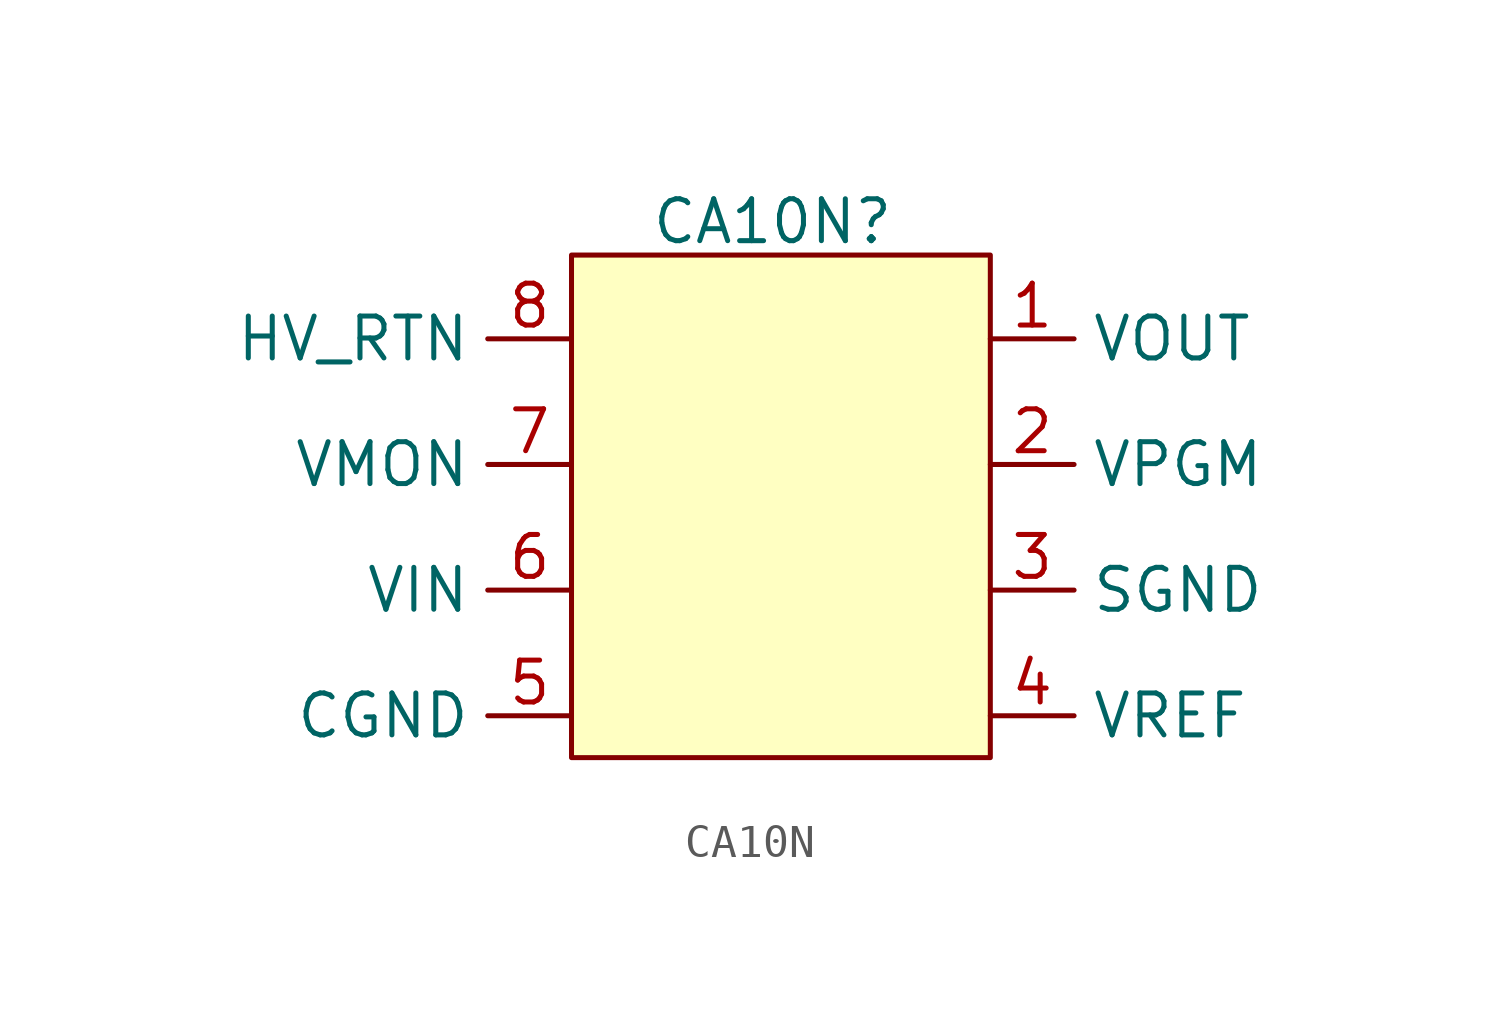
<source format=kicad_sym>
(kicad_symbol_lib
  (version 20241209)
  (generator "kicad_symbol_editor")
  (generator_version "9.0")
  (symbol "CA10N"
    (property "Reference" "CA10N"
      (at -0.254 8.636 0)
      (effects (font (size 1.27 1.27))))
    (property "Value" ""
      (at 0 0 0)
      (effects (font (size 1.27 1.27))))
    (symbol "CA10N_0_1"
      (rectangle (start -6.35 7.62) (end 6.35 -7.62) (stroke (width 0) (type default)) (fill (type background))))
    (symbol "CA10N_1_1"
      (pin input line (at -6.35 5.08 180) (length 2.54) (name "HV_RTN" (effects (font (size 1.27 1.27)))) (number "8" (effects (font (size 1.27 1.27)))))
      (pin output line (at -6.35 1.27 180) (length 2.54) (name "VMON" (effects (font (size 1.27 1.27)))) (number "7" (effects (font (size 1.27 1.27)))))
      (pin input line (at -6.35 -2.54 180) (length 2.54) (name "VIN" (effects (font (size 1.27 1.27)))) (number "6" (effects (font (size 1.27 1.27)))))
      (pin input line (at -6.35 -6.35 180) (length 2.54) (name "CGND" (effects (font (size 1.27 1.27)))) (number "5" (effects (font (size 1.27 1.27)))))
      (pin output line (at 6.35 5.08 0) (length 2.54) (name "VOUT" (effects (font (size 1.27 1.27)))) (number "1" (effects (font (size 1.27 1.27)))))
      (pin input line (at 6.35 1.27 0) (length 2.54) (name "VPGM" (effects (font (size 1.27 1.27)))) (number "2" (effects (font (size 1.27 1.27)))))
      (pin input line (at 6.35 -2.54 0) (length 2.54) (name "SGND" (effects (font (size 1.27 1.27)))) (number "3" (effects (font (size 1.27 1.27)))))
      (pin output line (at 6.35 -6.35 0) (length 2.54) (name "VREF" (effects (font (size 1.27 1.27)))) (number "4" (effects (font (size 1.27 1.27))))))))
</source>
